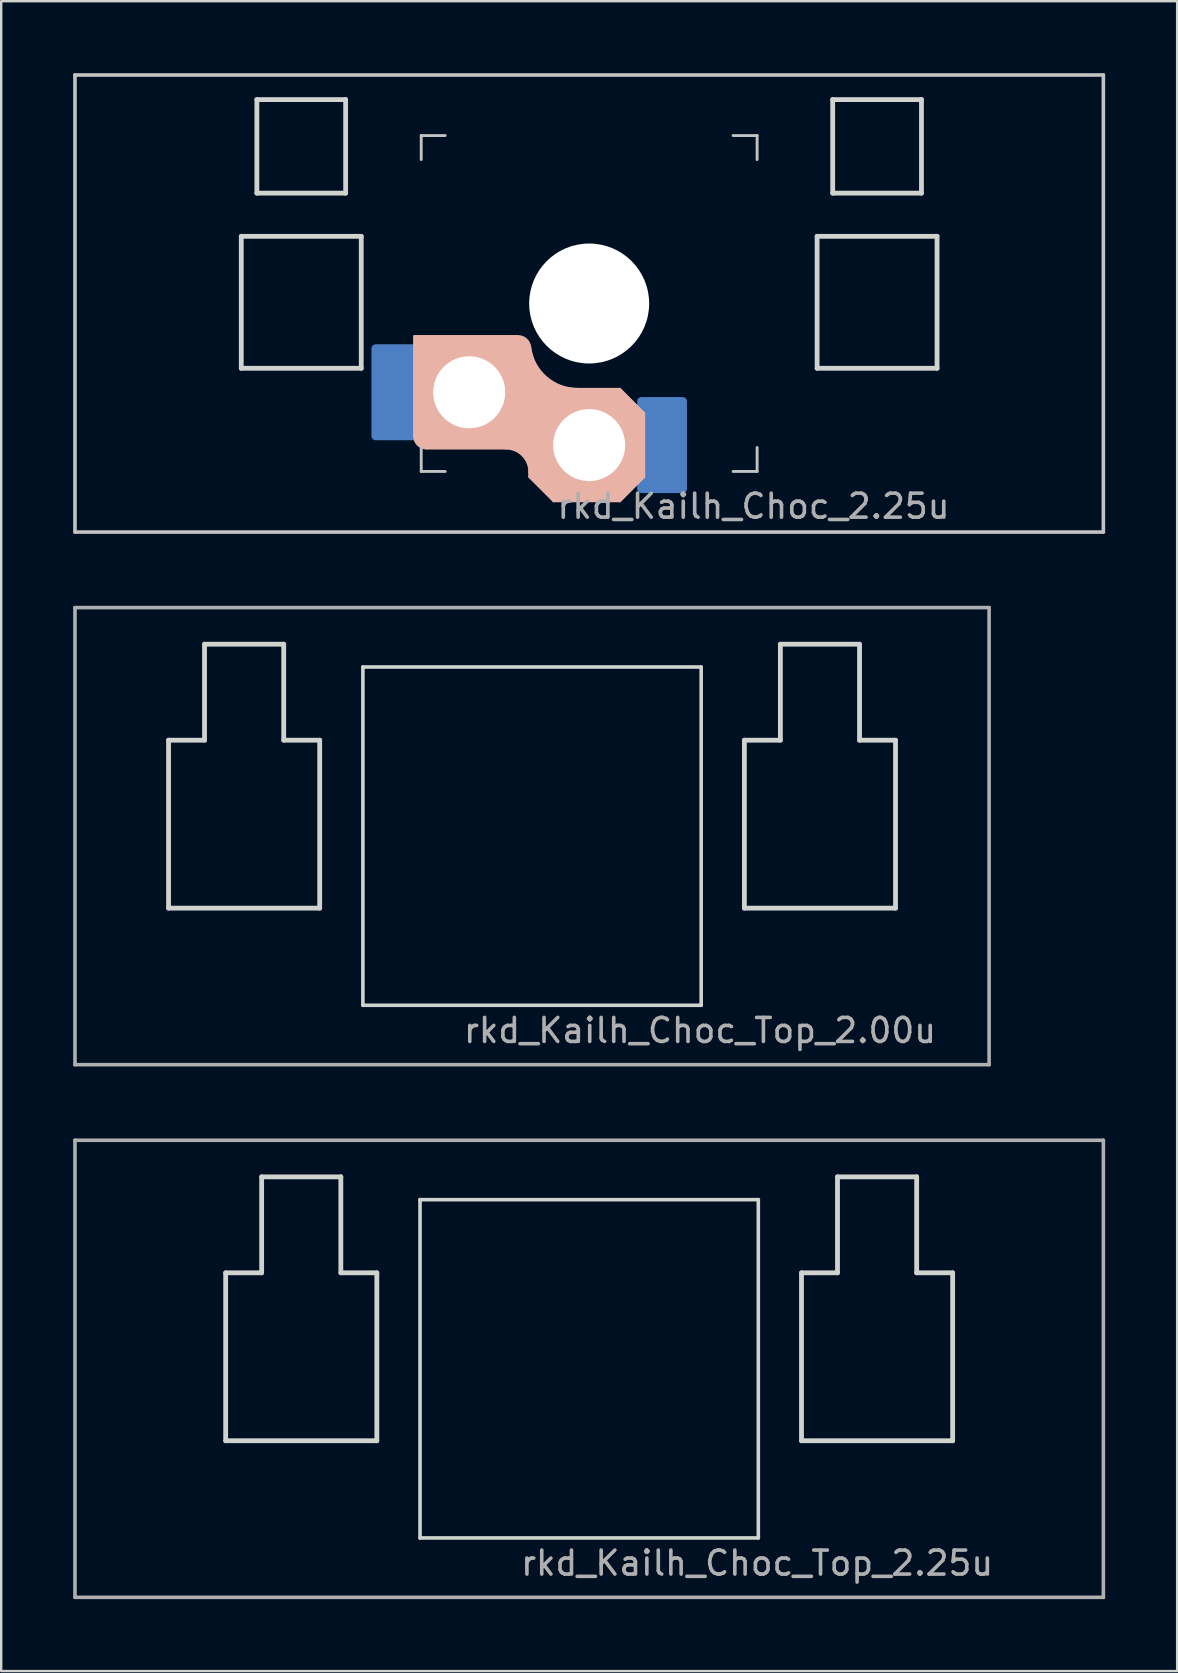
<source format=kicad_pcb>
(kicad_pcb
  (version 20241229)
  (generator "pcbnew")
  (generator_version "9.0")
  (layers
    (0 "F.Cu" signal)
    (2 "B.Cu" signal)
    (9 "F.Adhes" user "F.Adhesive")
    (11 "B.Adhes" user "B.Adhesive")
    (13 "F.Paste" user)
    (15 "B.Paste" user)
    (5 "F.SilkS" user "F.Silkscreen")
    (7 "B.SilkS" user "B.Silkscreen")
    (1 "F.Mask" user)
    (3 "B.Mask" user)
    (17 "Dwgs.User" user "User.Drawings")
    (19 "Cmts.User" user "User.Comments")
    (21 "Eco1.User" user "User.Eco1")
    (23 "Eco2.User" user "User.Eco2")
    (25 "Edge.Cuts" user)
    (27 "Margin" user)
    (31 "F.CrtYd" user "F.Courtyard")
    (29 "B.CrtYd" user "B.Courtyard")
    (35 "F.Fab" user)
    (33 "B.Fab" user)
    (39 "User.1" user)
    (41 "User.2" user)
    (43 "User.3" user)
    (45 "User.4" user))
  (footprint "rkd_Kailh_Choc_2.25u"
    (layer "F.Cu")
    (at 21.506 9.6)
    (property "Reference" "rkd_Kailh_Choc_2.25u" (at 6.85 8.45 0) (layer "F.Fab") (effects (font (size 1 1) (thickness 0.15))))
    (attr smd)
    (fp_line (start -7.275 1.375) (end -7.275 5.525) (stroke (width 0.12) (type solid)) (layer "B.SilkS"))
    (fp_line (start -6.775 6.025) (end -3.475 6.025) (stroke (width 0.12) (type solid)) (layer "B.SilkS"))
    (fp_line (start -3 1.375) (end -7.275 1.375) (stroke (width 0.12) (type solid)) (layer "B.SilkS"))
    (fp_line (start -2.475 7.225) (end -2.475 7.025) (stroke (width 0.12) (type solid)) (layer "B.SilkS"))
    (fp_line (start -1.475 8.225) (end -2.475 7.225) (stroke (width 0.12) (type solid)) (layer "B.SilkS"))
    (fp_line (start -0.489 3.575) (end 1.275 3.575) (stroke (width 0.12) (type solid)) (layer "B.SilkS"))
    (fp_line (start 1.275 3.575) (end 2.275 4.575) (stroke (width 0.12) (type solid)) (layer "B.SilkS"))
    (fp_line (start 1.275 8.225) (end -1.475 8.225) (stroke (width 0.12) (type solid)) (layer "B.SilkS"))
    (fp_line (start 2.275 4.575) (end 2.275 7.225) (stroke (width 0.12) (type solid)) (layer "B.SilkS"))
    (fp_line (start 2.275 7.225) (end 1.275 8.225) (stroke (width 0.12) (type solid)) (layer "B.SilkS"))
    (fp_arc (start -6.775 6.025) (mid -7.128553 5.878553) (end -7.275 5.525) (stroke (width 0.12) (type solid)) (layer "B.SilkS"))
    (fp_arc (start -3.475 6.025) (mid -2.767893 6.317893) (end -2.475 7.025) (stroke (width 0.12) (type solid)) (layer "B.SilkS"))
    (fp_arc (start -2.971387 1.375) (mid -2.63975 1.500812) (end -2.475008 1.814932) (stroke (width 0.12) (type solid)) (layer "B.SilkS"))
    (fp_arc (start -0.489452 3.575) (mid -1.815999 3.071754) (end -2.474967 1.815274) (stroke (width 0.12) (type solid)) (layer "B.SilkS"))
    (fp_poly (pts (xy -2.673 1.538) (xy -2.475 1.815) (xy -2.305 2.527) (xy -1.849 3.109) (xy -1.217 3.492) (xy -0.489 3.575) (xy 1.275 3.575) (xy 2.275 4.575) (xy 2.275 7.225) (xy 1.275 8.225) (xy -1.475 8.225) (xy -2.475 7.225) (xy -2.5 6.623) (xy -2.733 6.283) (xy -3.073 6.055) (xy -3.475 6.025) (xy -6.775 6.025) (xy -7.093 5.843) (xy -7.275 5.525) (xy -7.275 1.375) (xy -2.971 1.375)) (stroke (width 0.08) (type solid)) (fill yes) (layer "B.SilkS"))
    (fp_line (start -21.431 -9.525) (end 21.431 -9.525) (stroke (width 0.15) (type solid)) (layer "Dwgs.User"))
    (fp_line (start -21.431 9.525) (end -21.431 -9.525) (stroke (width 0.15) (type solid)) (layer "Dwgs.User"))
    (fp_line (start -7 -7) (end -7 -6) (stroke (width 0.12) (type solid)) (layer "Dwgs.User"))
    (fp_line (start -7 -7) (end -6 -7) (stroke (width 0.12) (type solid)) (layer "Dwgs.User"))
    (fp_line (start -7 7) (end -7 6) (stroke (width 0.12) (type solid)) (layer "Dwgs.User"))
    (fp_line (start -7 7) (end -6 7) (stroke (width 0.12) (type solid)) (layer "Dwgs.User"))
    (fp_line (start 7 -7) (end 6 -7) (stroke (width 0.12) (type solid)) (layer "Dwgs.User"))
    (fp_line (start 7 -7) (end 7 -6) (stroke (width 0.12) (type solid)) (layer "Dwgs.User"))
    (fp_line (start 7 7) (end 6 7) (stroke (width 0.12) (type solid)) (layer "Dwgs.User"))
    (fp_line (start 7 7) (end 7 6) (stroke (width 0.12) (type solid)) (layer "Dwgs.User"))
    (fp_line (start 21.431 -9.525) (end 21.431 9.525) (stroke (width 0.15) (type solid)) (layer "Dwgs.User"))
    (fp_line (start 21.431 9.525) (end -21.431 9.525) (stroke (width 0.15) (type solid)) (layer "Dwgs.User"))
    (fp_line (start -14.5 -2.8) (end -9.5 -2.8) (stroke (width 0.2) (type solid)) (layer "Edge.Cuts"))
    (fp_line (start -14.5 2.7) (end -14.5 -2.8) (stroke (width 0.2) (type solid)) (layer "Edge.Cuts"))
    (fp_line (start -13.85 -8.5) (end -10.15 -8.5) (stroke (width 0.2) (type solid)) (layer "Edge.Cuts"))
    (fp_line (start -13.85 -4.6) (end -13.85 -8.5) (stroke (width 0.2) (type solid)) (layer "Edge.Cuts"))
    (fp_line (start -10.15 -8.5) (end -10.15 -4.6) (stroke (width 0.2) (type solid)) (layer "Edge.Cuts"))
    (fp_line (start -10.15 -4.6) (end -13.85 -4.6) (stroke (width 0.2) (type solid)) (layer "Edge.Cuts"))
    (fp_line (start -9.5 -2.8) (end -9.5 2.7) (stroke (width 0.2) (type solid)) (layer "Edge.Cuts"))
    (fp_line (start -9.5 2.7) (end -14.5 2.7) (stroke (width 0.2) (type solid)) (layer "Edge.Cuts"))
    (fp_line (start 9.5 -2.8) (end 9.5 2.7) (stroke (width 0.2) (type solid)) (layer "Edge.Cuts"))
    (fp_line (start 9.5 2.7) (end 14.5 2.7) (stroke (width 0.2) (type solid)) (layer "Edge.Cuts"))
    (fp_line (start 10.15 -8.5) (end 10.15 -4.6) (stroke (width 0.2) (type solid)) (layer "Edge.Cuts"))
    (fp_line (start 10.15 -4.6) (end 13.85 -4.6) (stroke (width 0.2) (type solid)) (layer "Edge.Cuts"))
    (fp_line (start 13.85 -8.5) (end 10.15 -8.5) (stroke (width 0.2) (type solid)) (layer "Edge.Cuts"))
    (fp_line (start 13.85 -8.5) (end 13.85 -4.6) (stroke (width 0.2) (type solid)) (layer "Edge.Cuts"))
    (fp_line (start 14.5 -2.8) (end 9.5 -2.8) (stroke (width 0.2) (type solid)) (layer "Edge.Cuts"))
    (fp_line (start 14.5 2.7) (end 14.5 -2.8) (stroke (width 0.2) (type solid)) (layer "Edge.Cuts"))
    (pad "" np_thru_hole circle (at -5 3.7) (size 3 3) (drill 3) (layers "*.Cu" "*.Mask"))
    (pad "" np_thru_hole circle (at 0 0 180) (size 5 5) (drill 5) (layers "*.Cu" "*.Mask"))
    (pad "" np_thru_hole circle (at 0 5.9) (size 3 3) (drill 3) (layers "*.Cu" "*.Mask"))
    (pad "1" smd roundrect (at -8.037 3.7 180) (size 2.075 4) (layers "B.Cu") (roundrect_rratio 0.083))
    (pad "2" smd roundrect (at 3.038 5.9 180) (size 2.075 4) (layers "B.Cu") (roundrect_rratio 0.083)))
  (footprint "rkd_Kailh_Choc_Top_2.25u"
    (layer "F.Cu")
    (at 21.506 54)
    (property "Reference" "rkd_Kailh_Choc_Top_2.25u" (at 7 8.1 0) (layer "F.Fab") (effects (font (size 1 1) (thickness 0.15))))
    (attr through_hole)
    (fp_line (start -15.15 -4) (end -15.15 3) (stroke (width 0.2) (type solid)) (layer "Edge.Cuts"))
    (fp_line (start -13.65 -8) (end -13.65 -4) (stroke (width 0.2) (type solid)) (layer "Edge.Cuts"))
    (fp_line (start -13.65 -8) (end -10.35 -8) (stroke (width 0.2) (type solid)) (layer "Edge.Cuts"))
    (fp_line (start -13.65 -4) (end -15.15 -4) (stroke (width 0.2) (type solid)) (layer "Edge.Cuts"))
    (fp_line (start -10.35 -8) (end -10.35 -4) (stroke (width 0.2) (type solid)) (layer "Edge.Cuts"))
    (fp_line (start -10.35 -4) (end -8.85 -4) (stroke (width 0.2) (type solid)) (layer "Edge.Cuts"))
    (fp_line (start -8.85 -4) (end -8.85 3) (stroke (width 0.2) (type solid)) (layer "Edge.Cuts"))
    (fp_line (start -8.85 3) (end -15.15 3) (stroke (width 0.2) (type solid)) (layer "Edge.Cuts"))
    (fp_line (start -7.05 -7.05) (end 7.05 -7.05) (stroke (width 0.15) (type solid)) (layer "Edge.Cuts"))
    (fp_line (start -7.05 7.05) (end -7.05 -7.05) (stroke (width 0.15) (type solid)) (layer "Edge.Cuts"))
    (fp_line (start 7.05 -7.05) (end 7.05 7.05) (stroke (width 0.15) (type solid)) (layer "Edge.Cuts"))
    (fp_line (start 7.05 7.05) (end -7.05 7.05) (stroke (width 0.15) (type solid)) (layer "Edge.Cuts"))
    (fp_line (start 8.85 -4) (end 8.85 3) (stroke (width 0.2) (type solid)) (layer "Edge.Cuts"))
    (fp_line (start 10.35 -8) (end 10.35 -4) (stroke (width 0.2) (type solid)) (layer "Edge.Cuts"))
    (fp_line (start 10.35 -8) (end 13.65 -8) (stroke (width 0.2) (type solid)) (layer "Edge.Cuts"))
    (fp_line (start 10.35 -4) (end 8.85 -4) (stroke (width 0.2) (type solid)) (layer "Edge.Cuts"))
    (fp_line (start 13.65 -8) (end 13.65 -4) (stroke (width 0.2) (type solid)) (layer "Edge.Cuts"))
    (fp_line (start 13.65 -4) (end 15.15 -4) (stroke (width 0.2) (type solid)) (layer "Edge.Cuts"))
    (fp_line (start 15.15 -4) (end 15.15 3) (stroke (width 0.2) (type solid)) (layer "Edge.Cuts"))
    (fp_line (start 15.15 3) (end 8.85 3) (stroke (width 0.2) (type solid)) (layer "Edge.Cuts"))
    (fp_line (start -21.431 -9.525) (end -21.431 9.525) (stroke (width 0.15) (type solid)) (layer "F.Fab"))
    (fp_line (start -21.431 9.525) (end 21.431 9.525) (stroke (width 0.15) (type solid)) (layer "F.Fab"))
    (fp_line (start 21.431 -9.525) (end -21.431 -9.525) (stroke (width 0.15) (type solid)) (layer "F.Fab"))
    (fp_line (start 21.431 9.525) (end 21.431 -9.525) (stroke (width 0.15) (type solid)) (layer "F.Fab")))
  (footprint "rkd_Kailh_Choc_Top_2.00u"
    (layer "F.Cu")
    (at 19.125 31.8)
    (property "Reference" "rkd_Kailh_Choc_Top_2.00u" (at 7 8.1 0) (layer "F.Fab") (effects (font (size 1 1) (thickness 0.15))))
    (attr through_hole)
    (fp_line (start -15.15 -4) (end -15.15 3) (stroke (width 0.2) (type solid)) (layer "Edge.Cuts"))
    (fp_line (start -13.65 -8) (end -13.65 -4) (stroke (width 0.2) (type solid)) (layer "Edge.Cuts"))
    (fp_line (start -13.65 -8) (end -10.35 -8) (stroke (width 0.2) (type solid)) (layer "Edge.Cuts"))
    (fp_line (start -13.65 -4) (end -15.15 -4) (stroke (width 0.2) (type solid)) (layer "Edge.Cuts"))
    (fp_line (start -10.35 -8) (end -10.35 -4) (stroke (width 0.2) (type solid)) (layer "Edge.Cuts"))
    (fp_line (start -10.35 -4) (end -8.85 -4) (stroke (width 0.2) (type solid)) (layer "Edge.Cuts"))
    (fp_line (start -8.85 -4) (end -8.85 3) (stroke (width 0.2) (type solid)) (layer "Edge.Cuts"))
    (fp_line (start -8.85 3) (end -15.15 3) (stroke (width 0.2) (type solid)) (layer "Edge.Cuts"))
    (fp_line (start -7.05 -7.05) (end 7.05 -7.05) (stroke (width 0.15) (type solid)) (layer "Edge.Cuts"))
    (fp_line (start -7.05 7.05) (end -7.05 -7.05) (stroke (width 0.15) (type solid)) (layer "Edge.Cuts"))
    (fp_line (start 7.05 -7.05) (end 7.05 7.05) (stroke (width 0.15) (type solid)) (layer "Edge.Cuts"))
    (fp_line (start 7.05 7.05) (end -7.05 7.05) (stroke (width 0.15) (type solid)) (layer "Edge.Cuts"))
    (fp_line (start 8.85 -4) (end 8.85 3) (stroke (width 0.2) (type solid)) (layer "Edge.Cuts"))
    (fp_line (start 10.35 -8) (end 10.35 -4) (stroke (width 0.2) (type solid)) (layer "Edge.Cuts"))
    (fp_line (start 10.35 -8) (end 13.65 -8) (stroke (width 0.2) (type solid)) (layer "Edge.Cuts"))
    (fp_line (start 10.35 -4) (end 8.85 -4) (stroke (width 0.2) (type solid)) (layer "Edge.Cuts"))
    (fp_line (start 13.65 -8) (end 13.65 -4) (stroke (width 0.2) (type solid)) (layer "Edge.Cuts"))
    (fp_line (start 13.65 -4) (end 15.15 -4) (stroke (width 0.2) (type solid)) (layer "Edge.Cuts"))
    (fp_line (start 15.15 -4) (end 15.15 3) (stroke (width 0.2) (type solid)) (layer "Edge.Cuts"))
    (fp_line (start 15.15 3) (end 8.85 3) (stroke (width 0.2) (type solid)) (layer "Edge.Cuts"))
    (fp_line (start -19.05 -9.525) (end -19.05 9.525) (stroke (width 0.15) (type solid)) (layer "F.Fab"))
    (fp_line (start -19.05 9.525) (end 19.05 9.525) (stroke (width 0.15) (type solid)) (layer "F.Fab"))
    (fp_line (start 19.05 -9.525) (end -19.05 -9.525) (stroke (width 0.15) (type solid)) (layer "F.Fab"))
    (fp_line (start 19.05 9.525) (end 19.05 -9.525) (stroke (width 0.15) (type solid)) (layer "F.Fab")))
  (gr_rect
    (start -3 -3)
    (end 46.013 66.6)
    (stroke (width 0.1) (type default))
    (fill no)
    (layer "Edge.Cuts")))
</source>
